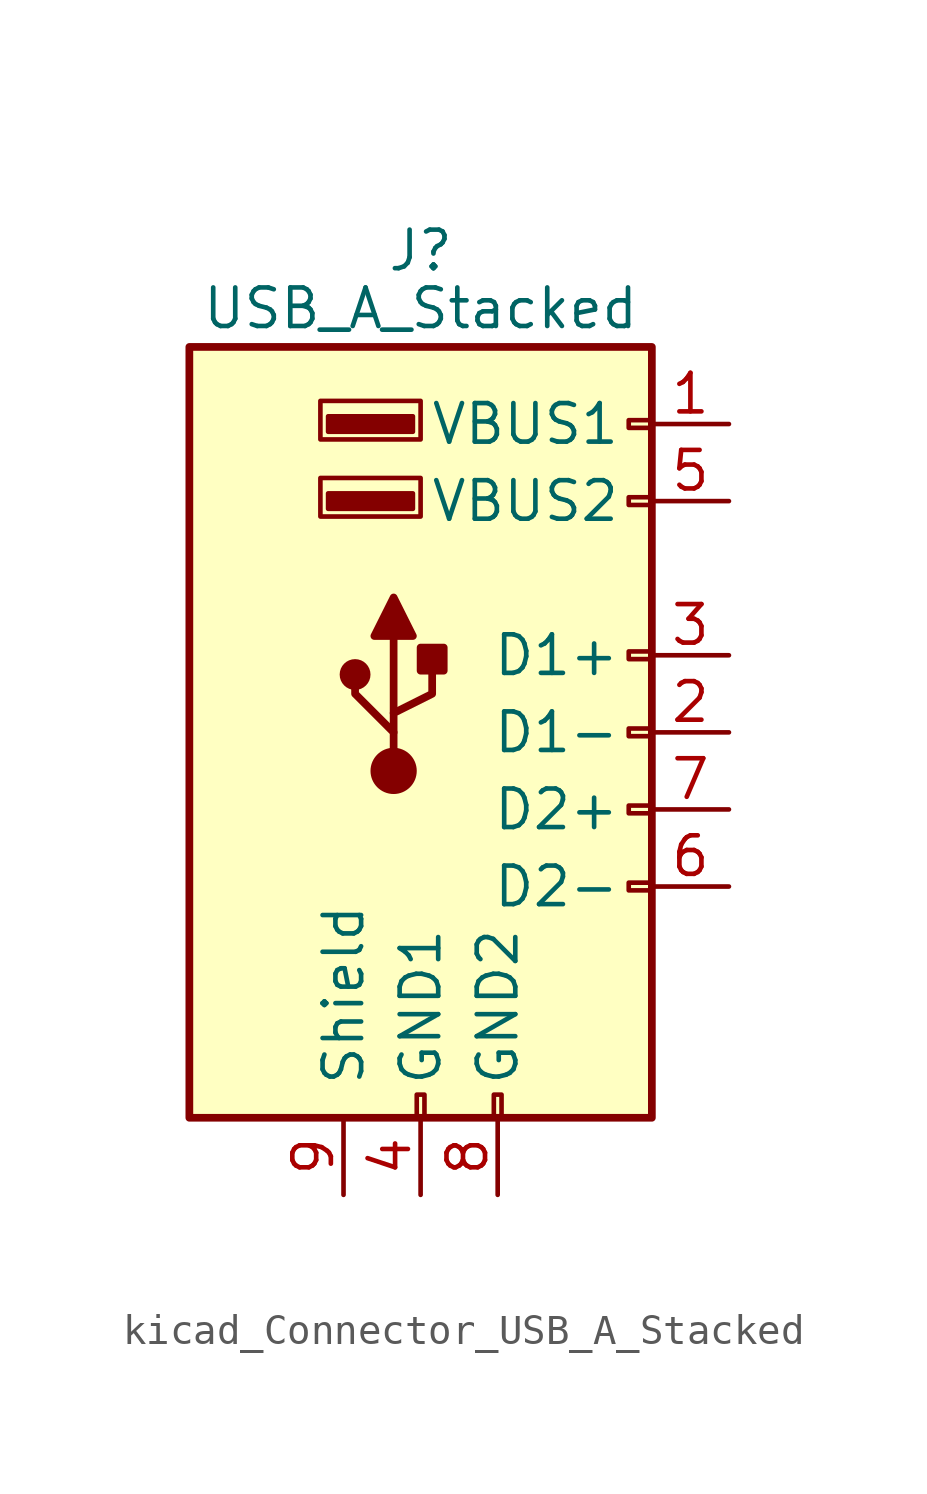
<source format=kicad_sym>
(kicad_symbol_lib
  (version 20220914)
  (generator kicad_symbol_editor)
  (symbol "kicad_Connector_USB_A_Stacked"
    (pin_names
      (offset 1.016))
    (property "Reference" "J"
      (at 0 15.875 0)
      (effects (font (size 1.27 1.27))))
    (property "Value" "USB_A_Stacked"
      (at 0 13.97 0)
      (effects (font (size 1.27 1.27))))
    (symbol "kicad_Connector_USB_A_Stacked_0_1"
      (rectangle (start -7.62 12.7) (end 7.62 -12.7) (stroke (width 0.254) (type default)) (fill (type background)))
      (circle (center -2.159 1.905) (radius 0.381) (stroke (width 0.254) (type default)) (fill (type outline)))
      (circle (center -0.889 -1.27) (radius 0.635) (stroke (width 0.254) (type default)) (fill (type outline)))
      (rectangle (start -0.254 7.366) (end -3.048 7.874) (stroke (width 0) (type default)) (fill (type outline)))
      (rectangle (start -0.254 9.906) (end -3.048 10.414) (stroke (width 0) (type default)) (fill (type outline)))
      (rectangle (start -0.127 -12.7) (end 0.127 -11.938) (stroke (width 0) (type default)) (fill (type none)))
      (polyline (pts (xy -1.524 3.175) (xy -0.254 3.175) (xy -0.889 4.445) (xy -1.524 3.175)) (stroke (width 0.254) (type default)) (fill (type outline)))
      (polyline (pts (xy -0.889 -0.635) (xy -0.889 0) (xy -2.159 1.27) (xy -2.159 1.905)) (stroke (width 0.254) (type default)) (fill (type none)))
      (polyline (pts (xy -0.889 0) (xy -0.889 0.635) (xy 0.381 1.27) (xy 0.381 2.54)) (stroke (width 0.254) (type default)) (fill (type none)))
      (rectangle (start 0 2.794) (end 0.762 2.032) (stroke (width 0.254) (type default)) (fill (type outline)))
      (rectangle (start 0 7.112) (end -3.302 8.382) (stroke (width 0) (type default)) (fill (type none)))
      (rectangle (start 0 9.652) (end -3.302 10.922) (stroke (width 0) (type default)) (fill (type none)))
      (rectangle (start 2.413 -12.7) (end 2.667 -11.938) (stroke (width 0) (type default)) (fill (type none)))
      (rectangle (start 7.62 -5.207) (end 6.858 -4.953) (stroke (width 0) (type default)) (fill (type none)))
      (rectangle (start 7.62 -2.667) (end 6.858 -2.413) (stroke (width 0) (type default)) (fill (type none)))
      (rectangle (start 7.62 -0.127) (end 6.858 0.127) (stroke (width 0) (type default)) (fill (type none)))
      (rectangle (start 7.62 2.413) (end 6.858 2.667) (stroke (width 0) (type default)) (fill (type none)))
      (rectangle (start 7.62 7.493) (end 6.858 7.747) (stroke (width 0) (type default)) (fill (type none)))
      (rectangle (start 7.62 10.033) (end 6.858 10.287) (stroke (width 0) (type default)) (fill (type none))))
    (symbol "kicad_Connector_USB_A_Stacked_1_1"
      (polyline (pts (xy -0.889 0.635) (xy -0.889 3.175)) (stroke (width 0.254) (type default)) (fill (type none)))
      (pin power_in line (at 10.16 10.16 180) (length 2.54) (name "VBUS1" (effects (font (size 1.27 1.27)))) (number "1" (effects (font (size 1.27 1.27)))))
      (pin bidirectional line (at 10.16 0 180) (length 2.54) (name "D1-" (effects (font (size 1.27 1.27)))) (number "2" (effects (font (size 1.27 1.27)))))
      (pin bidirectional line (at 10.16 2.54 180) (length 2.54) (name "D1+" (effects (font (size 1.27 1.27)))) (number "3" (effects (font (size 1.27 1.27)))))
      (pin power_in line (at 0 -15.24 90) (length 2.54) (name "GND1" (effects (font (size 1.27 1.27)))) (number "4" (effects (font (size 1.27 1.27)))))
      (pin power_in line (at 10.16 7.62 180) (length 2.54) (name "VBUS2" (effects (font (size 1.27 1.27)))) (number "5" (effects (font (size 1.27 1.27)))))
      (pin bidirectional line (at 10.16 -5.08 180) (length 2.54) (name "D2-" (effects (font (size 1.27 1.27)))) (number "6" (effects (font (size 1.27 1.27)))))
      (pin bidirectional line (at 10.16 -2.54 180) (length 2.54) (name "D2+" (effects (font (size 1.27 1.27)))) (number "7" (effects (font (size 1.27 1.27)))))
      (pin power_in line (at 2.54 -15.24 90) (length 2.54) (name "GND2" (effects (font (size 1.27 1.27)))) (number "8" (effects (font (size 1.27 1.27)))))
      (pin passive line (at -2.54 -15.24 90) (length 2.54) (name "Shield" (effects (font (size 1.27 1.27)))) (number "9" (effects (font (size 1.27 1.27))))))))
</source>
